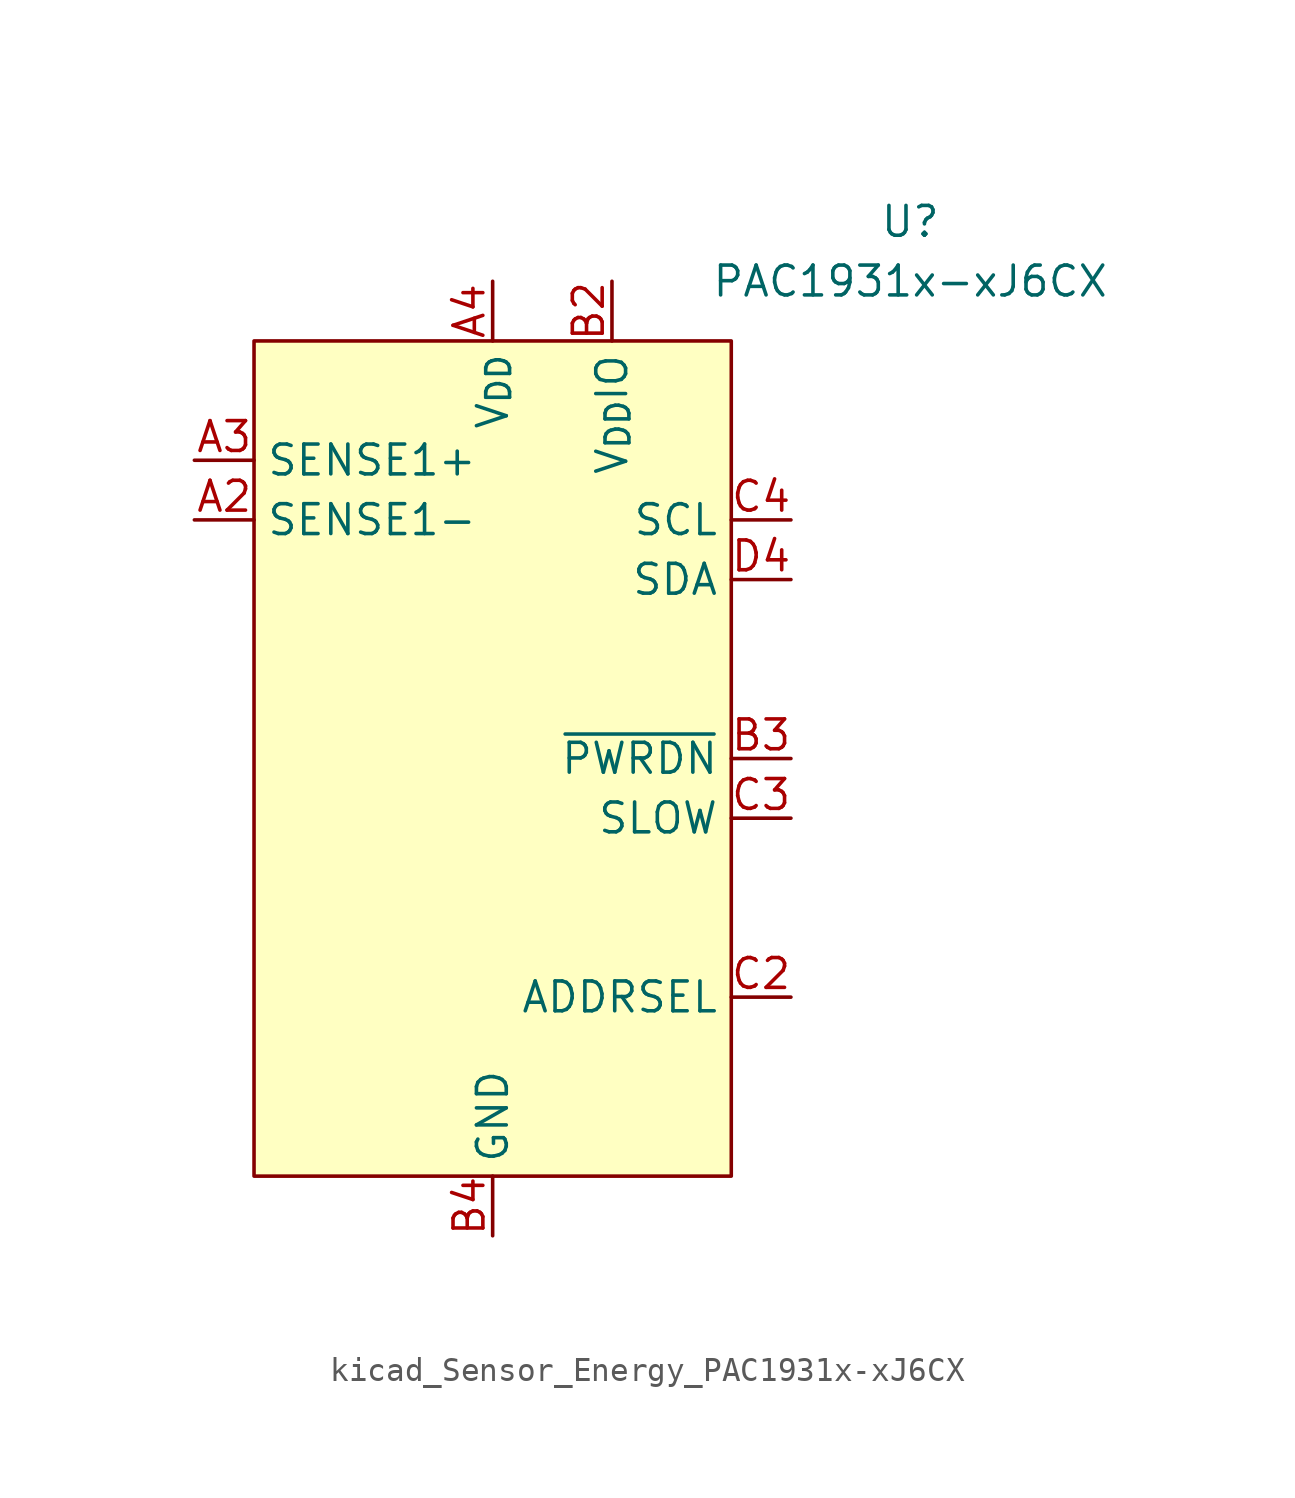
<source format=kicad_sym>
(kicad_symbol_lib
  (version 20220914)
  (generator kicad_symbol_editor)
  (symbol "kicad_Sensor_Energy_PAC1931x-xJ6CX"
    (property "Reference" "U"
      (at 17.78 22.86 0)
      (effects (font (size 1.27 1.27))))
    (property "Value" "PAC1931x-xJ6CX"
      (at 17.78 20.32 0)
      (effects (font (size 1.27 1.27))))
    (symbol "kicad_Sensor_Energy_PAC1931x-xJ6CX_0_0"
      (pin passive line (at 0 -20.32 90) (length 2.54) hide (name "GND" (effects (font (size 1.27 1.27)))) (number "A1" (effects (font (size 1.27 1.27)))))
      (pin input line (at -12.7 10.16 0) (length 2.54) (name "SENSE1-" (effects (font (size 1.27 1.27)))) (number "A2" (effects (font (size 1.27 1.27)))))
      (pin input line (at -12.7 12.7 0) (length 2.54) (name "SENSE1+" (effects (font (size 1.27 1.27)))) (number "A3" (effects (font (size 1.27 1.27)))))
      (pin power_in line (at 0 20.32 270) (length 2.54) (name "V_{DD}" (effects (font (size 1.27 1.27)))) (number "A4" (effects (font (size 1.27 1.27)))))
      (pin passive line (at 0 -20.32 90) (length 2.54) hide (name "GND" (effects (font (size 1.27 1.27)))) (number "B1" (effects (font (size 1.27 1.27)))))
      (pin input line (at 5.08 20.32 270) (length 2.54) (name "V_{DD}IO" (effects (font (size 1.27 1.27)))) (number "B2" (effects (font (size 1.27 1.27)))))
      (pin input line (at 12.7 0 180) (length 2.54) (name "~{PWRDN}" (effects (font (size 1.27 1.27)))) (number "B3" (effects (font (size 1.27 1.27)))))
      (pin power_in line (at 0 -20.32 90) (length 2.54) (name "GND" (effects (font (size 1.27 1.27)))) (number "B4" (effects (font (size 1.27 1.27)))))
      (pin passive line (at 0 -20.32 90) (length 2.54) hide (name "GND" (effects (font (size 1.27 1.27)))) (number "C1" (effects (font (size 1.27 1.27)))))
      (pin passive line (at 12.7 -10.16 180) (length 2.54) (name "ADDRSEL" (effects (font (size 1.27 1.27)))) (number "C2" (effects (font (size 1.27 1.27)))))
      (pin input line (at 12.7 -2.54 180) (length 2.54) (name "SLOW" (effects (font (size 1.27 1.27)))) (number "C3" (effects (font (size 1.27 1.27)))) (alternate "~{ALERT1}" open_collector line))
      (pin input line (at 12.7 10.16 180) (length 2.54) (name "SCL" (effects (font (size 1.27 1.27)))) (number "C4" (effects (font (size 1.27 1.27)))) (alternate "SM_CLK" input line))
      (pin passive line (at 0 -20.32 90) (length 2.54) hide (name "GND" (effects (font (size 1.27 1.27)))) (number "D1" (effects (font (size 1.27 1.27)))))
      (pin passive line (at 0 -20.32 90) (length 2.54) hide (name "GND" (effects (font (size 1.27 1.27)))) (number "D2" (effects (font (size 1.27 1.27)))))
      (pin passive line (at 0 -20.32 90) (length 2.54) hide (name "GND" (effects (font (size 1.27 1.27)))) (number "D3" (effects (font (size 1.27 1.27)))))
      (pin bidirectional line (at 12.7 7.62 180) (length 2.54) (name "SDA" (effects (font (size 1.27 1.27)))) (number "D4" (effects (font (size 1.27 1.27)))) (alternate "SM_DATA" bidirectional line)))
    (symbol "kicad_Sensor_Energy_PAC1931x-xJ6CX_0_1"
      (rectangle (start -10.16 17.78) (end 10.16 -17.78) (stroke (width 0) (type default)) (fill (type background))))))
</source>
